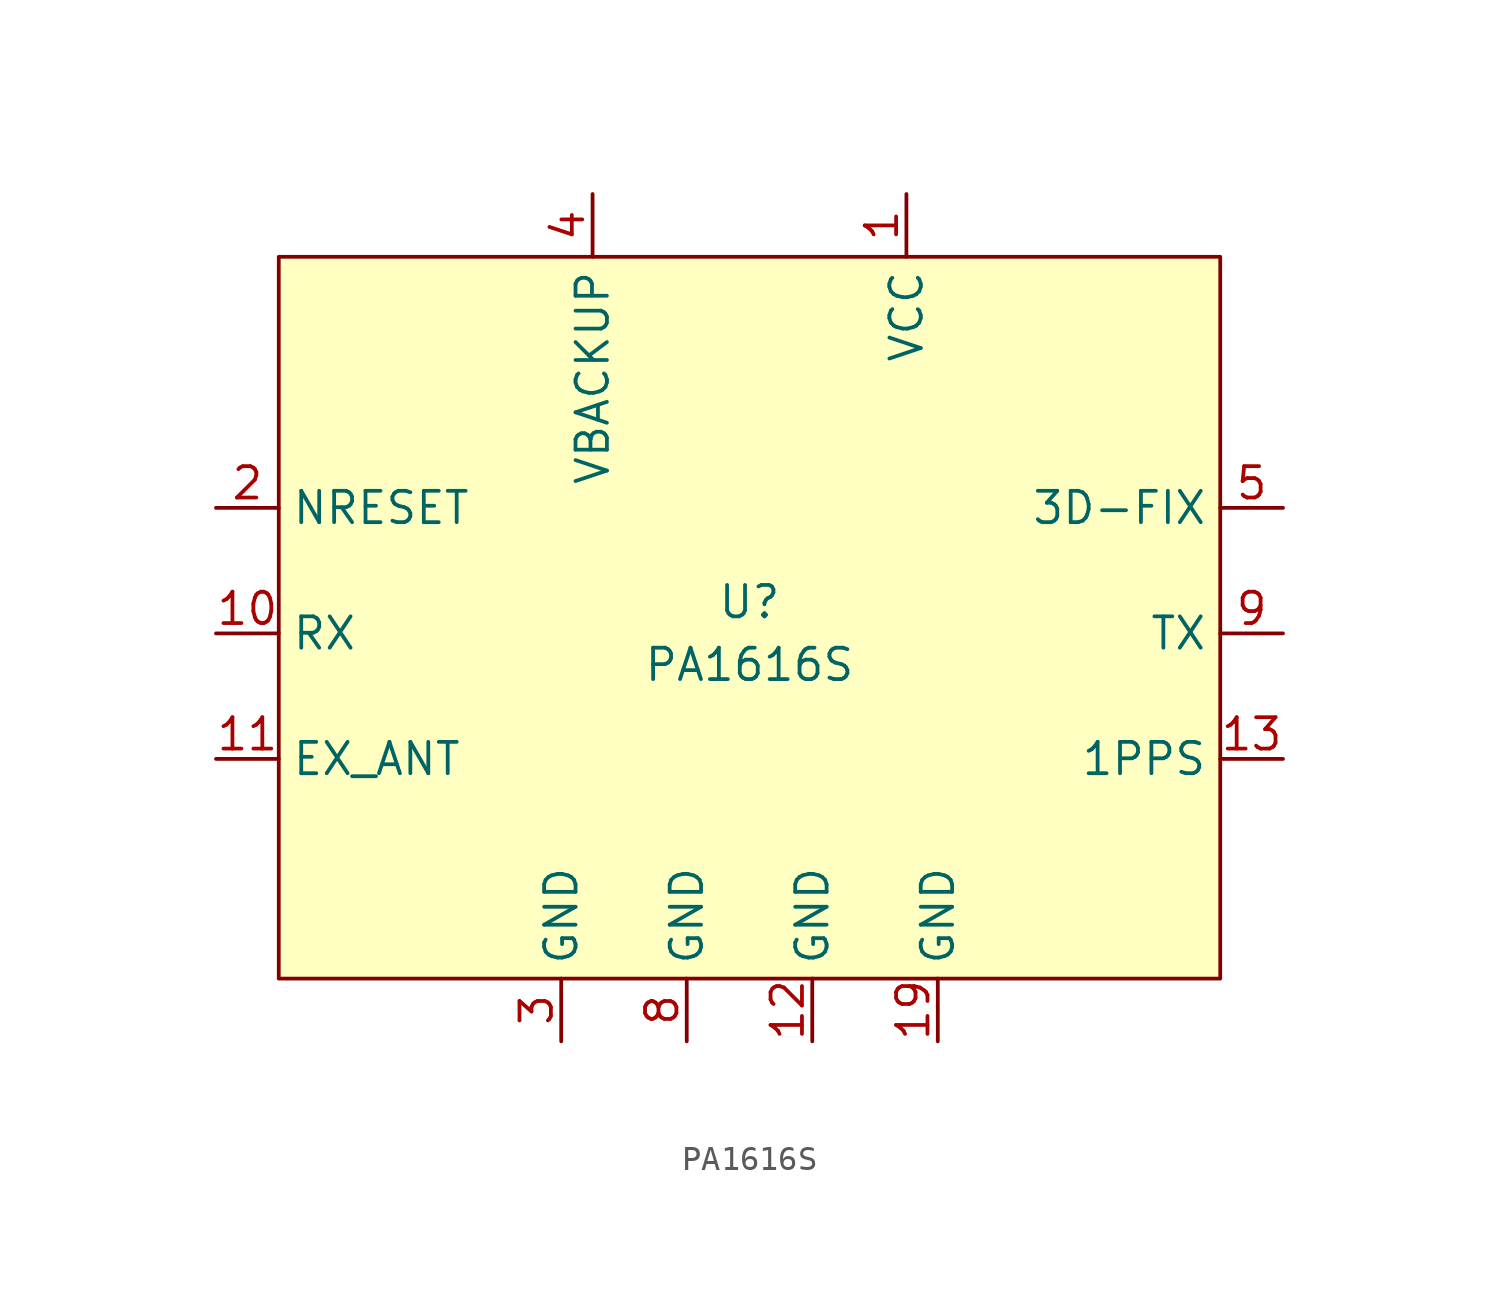
<source format=kicad_sym>
(kicad_symbol_lib
  (version 20211014)
  (generator kicad_symbol_editor)
  (symbol "PA1616S"
    (property "Reference" "U"
      (at 0 1.27 0)
      (effects (font (size 1.27 1.27))))
    (property "Value" "PA1616S"
      (at 0 -1.27 0)
      (effects (font (size 1.27 1.27))))
    (symbol "PA1616S_0_1"
      (rectangle (start -19.05 15.24) (end 19.05 -13.97) (stroke (width 0) (type default) (color 0 0 0 0)) (fill (type background))))
    (symbol "PA1616S_1_1"
      (pin power_in line (at 6.35 17.78 270) (length 2.54) (name "VCC" (effects (font (size 1.27 1.27)))) (number "1" (effects (font (size 1.27 1.27)))))
      (pin input line (at -21.59 0 0) (length 2.54) (name "RX" (effects (font (size 1.27 1.27)))) (number "10" (effects (font (size 1.27 1.27)))))
      (pin input line (at -21.59 -5.08 0) (length 2.54) (name "EX_ANT" (effects (font (size 1.27 1.27)))) (number "11" (effects (font (size 1.27 1.27)))))
      (pin passive line (at 2.54 -16.51 90) (length 2.54) (name "GND" (effects (font (size 1.27 1.27)))) (number "12" (effects (font (size 1.27 1.27)))))
      (pin output line (at 21.59 -5.08 180) (length 2.54) (name "1PPS" (effects (font (size 1.27 1.27)))) (number "13" (effects (font (size 1.27 1.27)))))
      (pin passive line (at 7.62 -16.51 90) (length 2.54) (name "GND" (effects (font (size 1.27 1.27)))) (number "19" (effects (font (size 1.27 1.27)))))
      (pin input line (at -21.59 5.08 0) (length 2.54) (name "NRESET" (effects (font (size 1.27 1.27)))) (number "2" (effects (font (size 1.27 1.27)))))
      (pin passive line (at -7.62 -16.51 90) (length 2.54) (name "GND" (effects (font (size 1.27 1.27)))) (number "3" (effects (font (size 1.27 1.27)))))
      (pin power_in line (at -6.35 17.78 270) (length 2.54) (name "VBACKUP" (effects (font (size 1.27 1.27)))) (number "4" (effects (font (size 1.27 1.27)))))
      (pin output line (at 21.59 5.08 180) (length 2.54) (name "3D-FIX" (effects (font (size 1.27 1.27)))) (number "5" (effects (font (size 1.27 1.27)))))
      (pin passive line (at -2.54 -16.51 90) (length 2.54) (name "GND" (effects (font (size 1.27 1.27)))) (number "8" (effects (font (size 1.27 1.27)))))
      (pin output line (at 21.59 0 180) (length 2.54) (name "TX" (effects (font (size 1.27 1.27)))) (number "9" (effects (font (size 1.27 1.27))))))))
</source>
